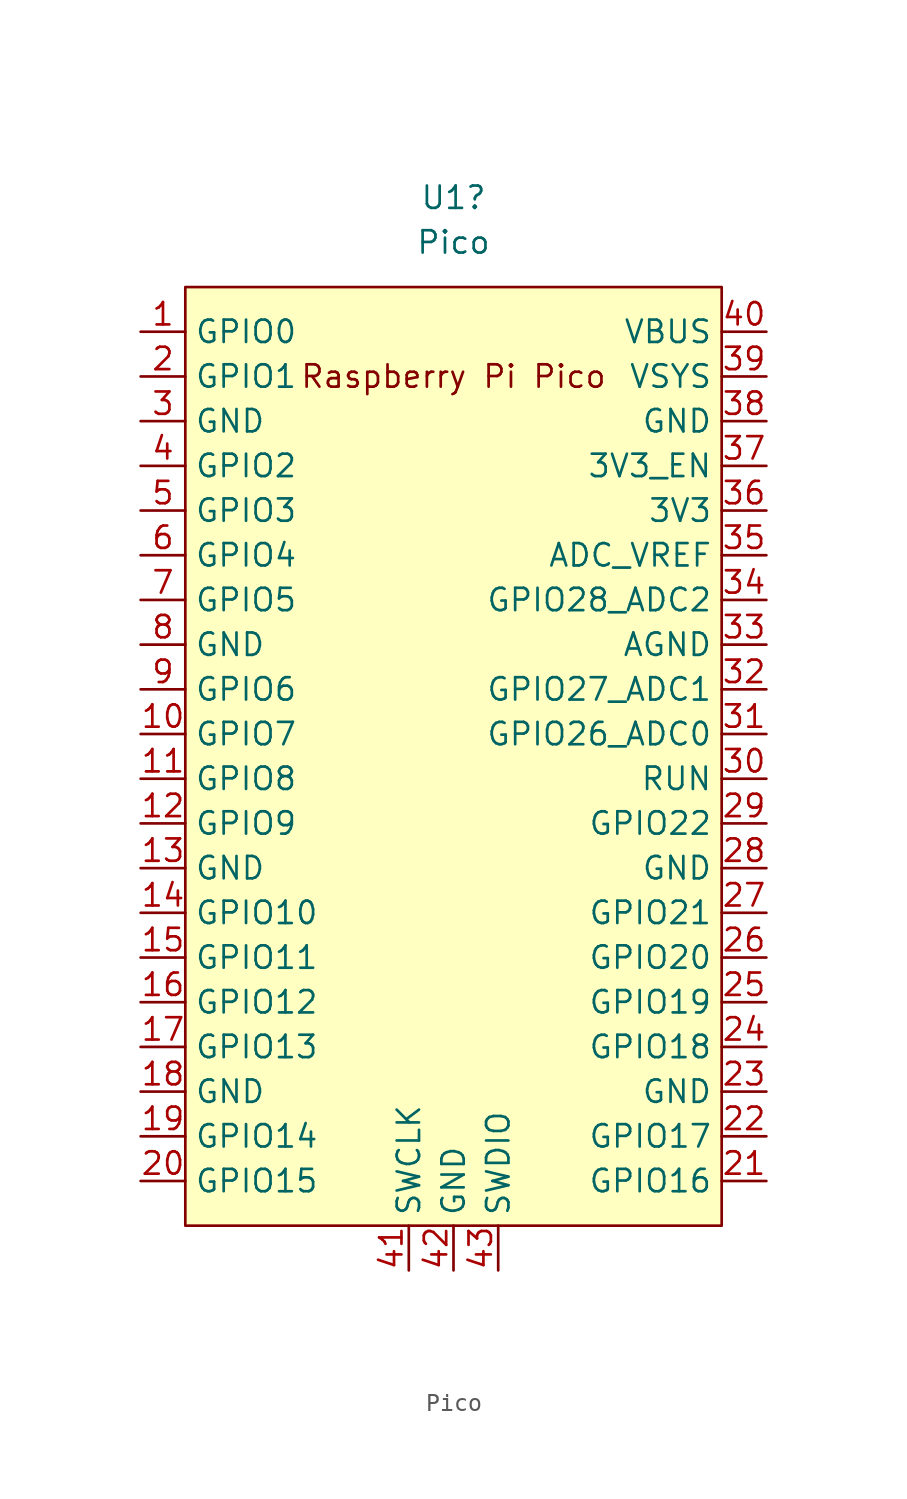
<source format=kicad_sym>
(kicad_symbol_lib
  (version 20231120)
  (generator "kicad_symbol_editor")
  (generator_version "8.0")
  (symbol "Pico"
    (property "Reference" "U1"
      (at 0 31.75 0)
      (effects (font (size 1.27 1.27))))
    (property "Value" "Pico"
      (at 0 29.21 0)
      (effects (font (size 1.27 1.27))))
    (symbol "Pico_0_0"
      (text "Raspberry Pi Pico" (at 0 21.59 0) (effects (font (size 1.27 1.27)))))
    (symbol "Pico_0_1"
      (rectangle (start -15.24 26.67) (end 15.24 -26.67) (stroke (width 0) (type default)) (fill (type background))))
    (symbol "Pico_1_1"
      (pin bidirectional line (at -17.78 24.13 0) (length 2.54) (name "GPIO0" (effects (font (size 1.27 1.27)))) (number "1" (effects (font (size 1.27 1.27)))))
      (pin bidirectional line (at -17.78 1.27 0) (length 2.54) (name "GPIO7" (effects (font (size 1.27 1.27)))) (number "10" (effects (font (size 1.27 1.27)))))
      (pin bidirectional line (at -17.78 -1.27 0) (length 2.54) (name "GPIO8" (effects (font (size 1.27 1.27)))) (number "11" (effects (font (size 1.27 1.27)))))
      (pin bidirectional line (at -17.78 -3.81 0) (length 2.54) (name "GPIO9" (effects (font (size 1.27 1.27)))) (number "12" (effects (font (size 1.27 1.27)))))
      (pin power_in line (at -17.78 -6.35 0) (length 2.54) (name "GND" (effects (font (size 1.27 1.27)))) (number "13" (effects (font (size 1.27 1.27)))))
      (pin bidirectional line (at -17.78 -8.89 0) (length 2.54) (name "GPIO10" (effects (font (size 1.27 1.27)))) (number "14" (effects (font (size 1.27 1.27)))))
      (pin bidirectional line (at -17.78 -11.43 0) (length 2.54) (name "GPIO11" (effects (font (size 1.27 1.27)))) (number "15" (effects (font (size 1.27 1.27)))))
      (pin bidirectional line (at -17.78 -13.97 0) (length 2.54) (name "GPIO12" (effects (font (size 1.27 1.27)))) (number "16" (effects (font (size 1.27 1.27)))))
      (pin bidirectional line (at -17.78 -16.51 0) (length 2.54) (name "GPIO13" (effects (font (size 1.27 1.27)))) (number "17" (effects (font (size 1.27 1.27)))))
      (pin power_in line (at -17.78 -19.05 0) (length 2.54) (name "GND" (effects (font (size 1.27 1.27)))) (number "18" (effects (font (size 1.27 1.27)))))
      (pin bidirectional line (at -17.78 -21.59 0) (length 2.54) (name "GPIO14" (effects (font (size 1.27 1.27)))) (number "19" (effects (font (size 1.27 1.27)))))
      (pin bidirectional line (at -17.78 21.59 0) (length 2.54) (name "GPIO1" (effects (font (size 1.27 1.27)))) (number "2" (effects (font (size 1.27 1.27)))))
      (pin bidirectional line (at -17.78 -24.13 0) (length 2.54) (name "GPIO15" (effects (font (size 1.27 1.27)))) (number "20" (effects (font (size 1.27 1.27)))))
      (pin bidirectional line (at 17.78 -24.13 180) (length 2.54) (name "GPIO16" (effects (font (size 1.27 1.27)))) (number "21" (effects (font (size 1.27 1.27)))))
      (pin bidirectional line (at 17.78 -21.59 180) (length 2.54) (name "GPIO17" (effects (font (size 1.27 1.27)))) (number "22" (effects (font (size 1.27 1.27)))))
      (pin power_in line (at 17.78 -19.05 180) (length 2.54) (name "GND" (effects (font (size 1.27 1.27)))) (number "23" (effects (font (size 1.27 1.27)))))
      (pin bidirectional line (at 17.78 -16.51 180) (length 2.54) (name "GPIO18" (effects (font (size 1.27 1.27)))) (number "24" (effects (font (size 1.27 1.27)))))
      (pin bidirectional line (at 17.78 -13.97 180) (length 2.54) (name "GPIO19" (effects (font (size 1.27 1.27)))) (number "25" (effects (font (size 1.27 1.27)))))
      (pin bidirectional line (at 17.78 -11.43 180) (length 2.54) (name "GPIO20" (effects (font (size 1.27 1.27)))) (number "26" (effects (font (size 1.27 1.27)))))
      (pin bidirectional line (at 17.78 -8.89 180) (length 2.54) (name "GPIO21" (effects (font (size 1.27 1.27)))) (number "27" (effects (font (size 1.27 1.27)))))
      (pin power_in line (at 17.78 -6.35 180) (length 2.54) (name "GND" (effects (font (size 1.27 1.27)))) (number "28" (effects (font (size 1.27 1.27)))))
      (pin bidirectional line (at 17.78 -3.81 180) (length 2.54) (name "GPIO22" (effects (font (size 1.27 1.27)))) (number "29" (effects (font (size 1.27 1.27)))))
      (pin power_in line (at -17.78 19.05 0) (length 2.54) (name "GND" (effects (font (size 1.27 1.27)))) (number "3" (effects (font (size 1.27 1.27)))))
      (pin input line (at 17.78 -1.27 180) (length 2.54) (name "RUN" (effects (font (size 1.27 1.27)))) (number "30" (effects (font (size 1.27 1.27)))))
      (pin bidirectional line (at 17.78 1.27 180) (length 2.54) (name "GPIO26_ADC0" (effects (font (size 1.27 1.27)))) (number "31" (effects (font (size 1.27 1.27)))))
      (pin bidirectional line (at 17.78 3.81 180) (length 2.54) (name "GPIO27_ADC1" (effects (font (size 1.27 1.27)))) (number "32" (effects (font (size 1.27 1.27)))))
      (pin power_in line (at 17.78 6.35 180) (length 2.54) (name "AGND" (effects (font (size 1.27 1.27)))) (number "33" (effects (font (size 1.27 1.27)))))
      (pin bidirectional line (at 17.78 8.89 180) (length 2.54) (name "GPIO28_ADC2" (effects (font (size 1.27 1.27)))) (number "34" (effects (font (size 1.27 1.27)))))
      (pin power_in line (at 17.78 11.43 180) (length 2.54) (name "ADC_VREF" (effects (font (size 1.27 1.27)))) (number "35" (effects (font (size 1.27 1.27)))))
      (pin power_in line (at 17.78 13.97 180) (length 2.54) (name "3V3" (effects (font (size 1.27 1.27)))) (number "36" (effects (font (size 1.27 1.27)))))
      (pin input line (at 17.78 16.51 180) (length 2.54) (name "3V3_EN" (effects (font (size 1.27 1.27)))) (number "37" (effects (font (size 1.27 1.27)))))
      (pin bidirectional line (at 17.78 19.05 180) (length 2.54) (name "GND" (effects (font (size 1.27 1.27)))) (number "38" (effects (font (size 1.27 1.27)))))
      (pin power_in line (at 17.78 21.59 180) (length 2.54) (name "VSYS" (effects (font (size 1.27 1.27)))) (number "39" (effects (font (size 1.27 1.27)))))
      (pin bidirectional line (at -17.78 16.51 0) (length 2.54) (name "GPIO2" (effects (font (size 1.27 1.27)))) (number "4" (effects (font (size 1.27 1.27)))))
      (pin power_in line (at 17.78 24.13 180) (length 2.54) (name "VBUS" (effects (font (size 1.27 1.27)))) (number "40" (effects (font (size 1.27 1.27)))))
      (pin input line (at -2.54 -29.21 90) (length 2.54) (name "SWCLK" (effects (font (size 1.27 1.27)))) (number "41" (effects (font (size 1.27 1.27)))))
      (pin power_in line (at 0 -29.21 90) (length 2.54) (name "GND" (effects (font (size 1.27 1.27)))) (number "42" (effects (font (size 1.27 1.27)))))
      (pin bidirectional line (at 2.54 -29.21 90) (length 2.54) (name "SWDIO" (effects (font (size 1.27 1.27)))) (number "43" (effects (font (size 1.27 1.27)))))
      (pin bidirectional line (at -17.78 13.97 0) (length 2.54) (name "GPIO3" (effects (font (size 1.27 1.27)))) (number "5" (effects (font (size 1.27 1.27)))))
      (pin bidirectional line (at -17.78 11.43 0) (length 2.54) (name "GPIO4" (effects (font (size 1.27 1.27)))) (number "6" (effects (font (size 1.27 1.27)))))
      (pin bidirectional line (at -17.78 8.89 0) (length 2.54) (name "GPIO5" (effects (font (size 1.27 1.27)))) (number "7" (effects (font (size 1.27 1.27)))))
      (pin power_in line (at -17.78 6.35 0) (length 2.54) (name "GND" (effects (font (size 1.27 1.27)))) (number "8" (effects (font (size 1.27 1.27)))))
      (pin bidirectional line (at -17.78 3.81 0) (length 2.54) (name "GPIO6" (effects (font (size 1.27 1.27)))) (number "9" (effects (font (size 1.27 1.27))))))))
</source>
